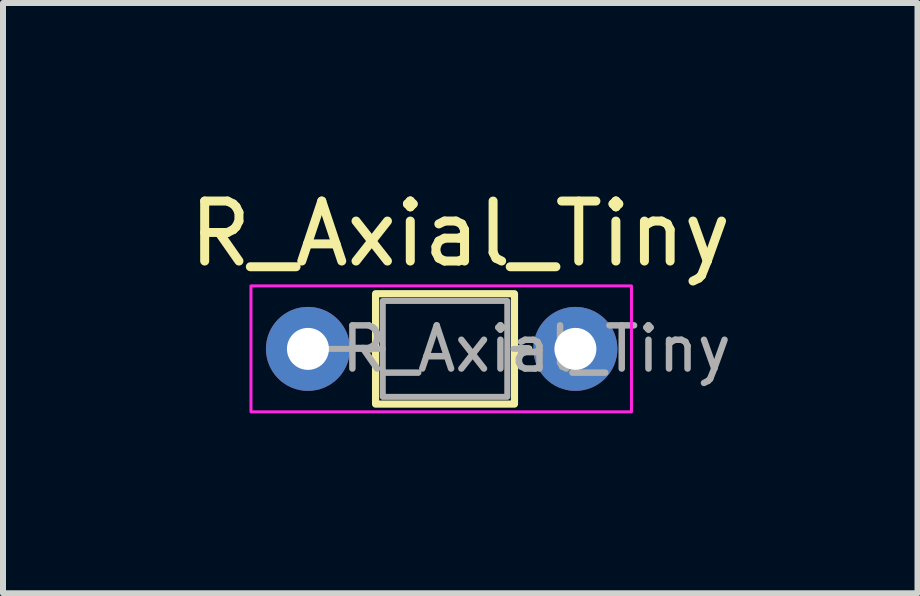
<source format=kicad_pcb>
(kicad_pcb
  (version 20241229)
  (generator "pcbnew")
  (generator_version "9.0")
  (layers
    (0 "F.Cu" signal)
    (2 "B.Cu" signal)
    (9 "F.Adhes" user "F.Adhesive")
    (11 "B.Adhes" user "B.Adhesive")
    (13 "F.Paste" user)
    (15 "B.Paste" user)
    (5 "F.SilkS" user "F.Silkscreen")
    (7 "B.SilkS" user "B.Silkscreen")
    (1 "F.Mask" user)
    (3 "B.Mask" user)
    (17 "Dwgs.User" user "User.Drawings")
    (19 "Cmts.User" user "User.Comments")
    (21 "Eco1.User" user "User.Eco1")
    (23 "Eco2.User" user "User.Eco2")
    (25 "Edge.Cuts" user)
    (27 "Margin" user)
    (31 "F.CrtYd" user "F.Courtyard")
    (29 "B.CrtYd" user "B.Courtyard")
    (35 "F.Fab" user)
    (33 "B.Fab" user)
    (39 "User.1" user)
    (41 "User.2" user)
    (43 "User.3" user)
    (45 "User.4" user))
  (footprint "R_Axial_Tiny"
    (layer "F.Cu")
    (at 2.085 2.768)
    (property "Reference" "R_Axial_Tiny" (at 2.54 -1.92 0) (layer "F.SilkS") (effects (font (size 1 1) (thickness 0.15))))
    (attr through_hole)
    (fp_line (start 0.94 0) (end 1.128 0) (stroke (width 0.12) (type solid)) (layer "F.SilkS"))
    (fp_line (start 3.683 0) (end 3.444 0) (stroke (width 0.12) (type solid)) (layer "F.SilkS"))
    (fp_rect (start 1.128 -0.92) (end 3.444 0.92) (stroke (width 0.12) (type solid)) (fill no) (layer "F.SilkS"))
    (fp_rect (start -0.95 -1.05) (end 5.395 1.05) (stroke (width 0.05) (type solid)) (fill no) (layer "F.CrtYd"))
    (fp_line (start 0 0) (end 1.248 0) (stroke (width 0.1) (type solid)) (layer "F.Fab"))
    (fp_line (start 3.429 0) (end 3.683 0) (stroke (width 0.1) (type solid)) (layer "F.Fab"))
    (fp_rect (start 1.248 -0.8) (end 3.324 0.8) (stroke (width 0.1) (type solid)) (fill no) (layer "F.Fab"))
    (fp_text user "${REFERENCE}" (at 3.81 0 0) (layer "F.Fab") (effects (font (size 0.72 0.72) (thickness 0.108))))
    (pad "1" thru_hole circle (at 0 0) (size 1.4 1.4) (drill 0.7) (layers "*.Cu" "*.Mask"))
    (pad "2" thru_hole circle (at 4.46 0) (size 1.4 1.4) (drill 0.7) (layers "*.Cu" "*.Mask")))
  (gr_rect
    (start -3 -3)
    (end 12.25 6.843)
    (stroke (width 0.1) (type default))
    (fill no)
    (layer "Edge.Cuts")))
</source>
